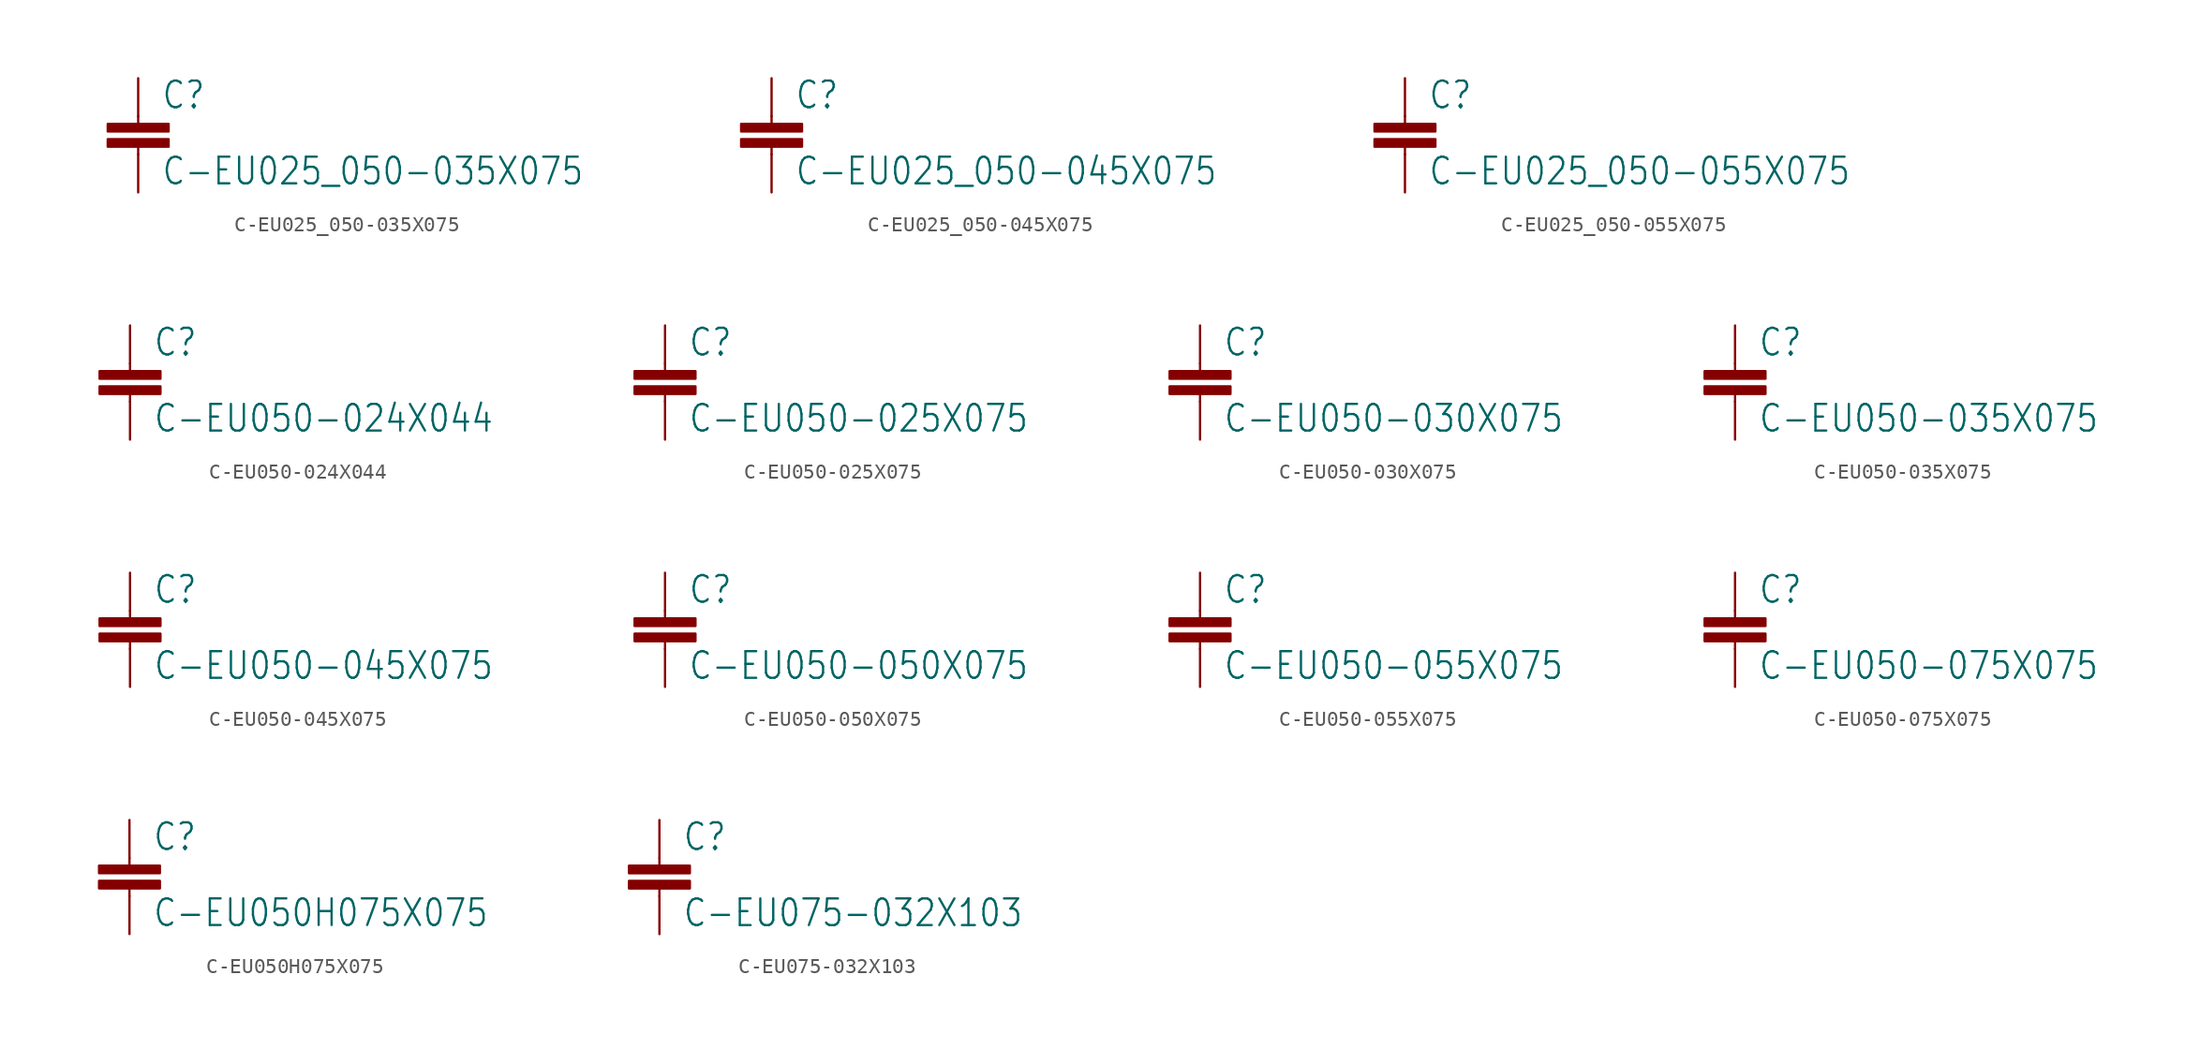
<source format=kicad_sym>
(kicad_symbol_lib
  (version 20220331)
  (generator kicad_symbol_editor)
  (symbol "C-EU025_050-035X075"
    (property "Reference" "C"
      (at 1.524 0.381 0)
      (effects (font (size 1.778 1.511)) (justify left bottom)))
    (property "Value" "C-EU025_050-035X075"
      (at 1.524 -4.699 0)
      (effects (font (size 1.778 1.511)) (justify left bottom)))
    (property "ki_locked" ""
      (at 0 0 0)
      (effects (font (size 1.27 1.27))))
    (symbol "C-EU025_050-035X075_1_0"
      (rectangle (start -2.032 -2.032) (end 2.032 -1.524) (stroke (width 0) (type default)) (fill (type outline)))
      (rectangle (start -2.032 -1.016) (end 2.032 -0.508) (stroke (width 0) (type default)) (fill (type outline)))
      (polyline (pts (xy 0 -2.54) (xy 0 -2.032)) (stroke (width 0.152) (type solid)) (fill (type none)))
      (polyline (pts (xy 0 0) (xy 0 -0.508)) (stroke (width 0.152) (type solid)) (fill (type none)))
      (pin passive line (at 0 2.54 270) (length 2.54) (name "1" (effects (font (size 0 0)))) (number "1" (effects (font (size 0 0)))))
      (pin passive line (at 0 -5.08 90) (length 2.54) (name "2" (effects (font (size 0 0)))) (number "2" (effects (font (size 0 0)))))))
  (symbol "C-EU025_050-045X075"
    (property "Reference" "C"
      (at 1.524 0.381 0)
      (effects (font (size 1.778 1.511)) (justify left bottom)))
    (property "Value" "C-EU025_050-045X075"
      (at 1.524 -4.699 0)
      (effects (font (size 1.778 1.511)) (justify left bottom)))
    (property "ki_locked" ""
      (at 0 0 0)
      (effects (font (size 1.27 1.27))))
    (symbol "C-EU025_050-045X075_1_0"
      (rectangle (start -2.032 -2.032) (end 2.032 -1.524) (stroke (width 0) (type default)) (fill (type outline)))
      (rectangle (start -2.032 -1.016) (end 2.032 -0.508) (stroke (width 0) (type default)) (fill (type outline)))
      (polyline (pts (xy 0 -2.54) (xy 0 -2.032)) (stroke (width 0.152) (type solid)) (fill (type none)))
      (polyline (pts (xy 0 0) (xy 0 -0.508)) (stroke (width 0.152) (type solid)) (fill (type none)))
      (pin passive line (at 0 2.54 270) (length 2.54) (name "1" (effects (font (size 0 0)))) (number "1" (effects (font (size 0 0)))))
      (pin passive line (at 0 -5.08 90) (length 2.54) (name "2" (effects (font (size 0 0)))) (number "2" (effects (font (size 0 0)))))))
  (symbol "C-EU025_050-055X075"
    (property "Reference" "C"
      (at 1.524 0.381 0)
      (effects (font (size 1.778 1.511)) (justify left bottom)))
    (property "Value" "C-EU025_050-055X075"
      (at 1.524 -4.699 0)
      (effects (font (size 1.778 1.511)) (justify left bottom)))
    (property "ki_locked" ""
      (at 0 0 0)
      (effects (font (size 1.27 1.27))))
    (symbol "C-EU025_050-055X075_1_0"
      (rectangle (start -2.032 -2.032) (end 2.032 -1.524) (stroke (width 0) (type default)) (fill (type outline)))
      (rectangle (start -2.032 -1.016) (end 2.032 -0.508) (stroke (width 0) (type default)) (fill (type outline)))
      (polyline (pts (xy 0 -2.54) (xy 0 -2.032)) (stroke (width 0.152) (type solid)) (fill (type none)))
      (polyline (pts (xy 0 0) (xy 0 -0.508)) (stroke (width 0.152) (type solid)) (fill (type none)))
      (pin passive line (at 0 2.54 270) (length 2.54) (name "1" (effects (font (size 0 0)))) (number "1" (effects (font (size 0 0)))))
      (pin passive line (at 0 -5.08 90) (length 2.54) (name "2" (effects (font (size 0 0)))) (number "2" (effects (font (size 0 0)))))))
  (symbol "C-EU050-024X044"
    (property "Reference" "C"
      (at 1.524 0.381 0)
      (effects (font (size 1.778 1.511)) (justify left bottom)))
    (property "Value" "C-EU050-024X044"
      (at 1.524 -4.699 0)
      (effects (font (size 1.778 1.511)) (justify left bottom)))
    (property "ki_locked" ""
      (at 0 0 0)
      (effects (font (size 1.27 1.27))))
    (symbol "C-EU050-024X044_1_0"
      (rectangle (start -2.032 -2.032) (end 2.032 -1.524) (stroke (width 0) (type default)) (fill (type outline)))
      (rectangle (start -2.032 -1.016) (end 2.032 -0.508) (stroke (width 0) (type default)) (fill (type outline)))
      (polyline (pts (xy 0 -2.54) (xy 0 -2.032)) (stroke (width 0.152) (type solid)) (fill (type none)))
      (polyline (pts (xy 0 0) (xy 0 -0.508)) (stroke (width 0.152) (type solid)) (fill (type none)))
      (pin passive line (at 0 2.54 270) (length 2.54) (name "1" (effects (font (size 0 0)))) (number "1" (effects (font (size 0 0)))))
      (pin passive line (at 0 -5.08 90) (length 2.54) (name "2" (effects (font (size 0 0)))) (number "2" (effects (font (size 0 0)))))))
  (symbol "C-EU050-025X075"
    (property "Reference" "C"
      (at 1.524 0.381 0)
      (effects (font (size 1.778 1.511)) (justify left bottom)))
    (property "Value" "C-EU050-025X075"
      (at 1.524 -4.699 0)
      (effects (font (size 1.778 1.511)) (justify left bottom)))
    (property "ki_locked" ""
      (at 0 0 0)
      (effects (font (size 1.27 1.27))))
    (symbol "C-EU050-025X075_1_0"
      (rectangle (start -2.032 -2.032) (end 2.032 -1.524) (stroke (width 0) (type default)) (fill (type outline)))
      (rectangle (start -2.032 -1.016) (end 2.032 -0.508) (stroke (width 0) (type default)) (fill (type outline)))
      (polyline (pts (xy 0 -2.54) (xy 0 -2.032)) (stroke (width 0.152) (type solid)) (fill (type none)))
      (polyline (pts (xy 0 0) (xy 0 -0.508)) (stroke (width 0.152) (type solid)) (fill (type none)))
      (pin passive line (at 0 2.54 270) (length 2.54) (name "1" (effects (font (size 0 0)))) (number "1" (effects (font (size 0 0)))))
      (pin passive line (at 0 -5.08 90) (length 2.54) (name "2" (effects (font (size 0 0)))) (number "2" (effects (font (size 0 0)))))))
  (symbol "C-EU050-030X075"
    (property "Reference" "C"
      (at 1.524 0.381 0)
      (effects (font (size 1.778 1.511)) (justify left bottom)))
    (property "Value" "C-EU050-030X075"
      (at 1.524 -4.699 0)
      (effects (font (size 1.778 1.511)) (justify left bottom)))
    (property "ki_locked" ""
      (at 0 0 0)
      (effects (font (size 1.27 1.27))))
    (symbol "C-EU050-030X075_1_0"
      (rectangle (start -2.032 -2.032) (end 2.032 -1.524) (stroke (width 0) (type default)) (fill (type outline)))
      (rectangle (start -2.032 -1.016) (end 2.032 -0.508) (stroke (width 0) (type default)) (fill (type outline)))
      (polyline (pts (xy 0 -2.54) (xy 0 -2.032)) (stroke (width 0.152) (type solid)) (fill (type none)))
      (polyline (pts (xy 0 0) (xy 0 -0.508)) (stroke (width 0.152) (type solid)) (fill (type none)))
      (pin passive line (at 0 2.54 270) (length 2.54) (name "1" (effects (font (size 0 0)))) (number "1" (effects (font (size 0 0)))))
      (pin passive line (at 0 -5.08 90) (length 2.54) (name "2" (effects (font (size 0 0)))) (number "2" (effects (font (size 0 0)))))))
  (symbol "C-EU050-035X075"
    (property "Reference" "C"
      (at 1.524 0.381 0)
      (effects (font (size 1.778 1.511)) (justify left bottom)))
    (property "Value" "C-EU050-035X075"
      (at 1.524 -4.699 0)
      (effects (font (size 1.778 1.511)) (justify left bottom)))
    (property "ki_locked" ""
      (at 0 0 0)
      (effects (font (size 1.27 1.27))))
    (symbol "C-EU050-035X075_1_0"
      (rectangle (start -2.032 -2.032) (end 2.032 -1.524) (stroke (width 0) (type default)) (fill (type outline)))
      (rectangle (start -2.032 -1.016) (end 2.032 -0.508) (stroke (width 0) (type default)) (fill (type outline)))
      (polyline (pts (xy 0 -2.54) (xy 0 -2.032)) (stroke (width 0.152) (type solid)) (fill (type none)))
      (polyline (pts (xy 0 0) (xy 0 -0.508)) (stroke (width 0.152) (type solid)) (fill (type none)))
      (pin passive line (at 0 2.54 270) (length 2.54) (name "1" (effects (font (size 0 0)))) (number "1" (effects (font (size 0 0)))))
      (pin passive line (at 0 -5.08 90) (length 2.54) (name "2" (effects (font (size 0 0)))) (number "2" (effects (font (size 0 0)))))))
  (symbol "C-EU050-045X075"
    (property "Reference" "C"
      (at 1.524 0.381 0)
      (effects (font (size 1.778 1.511)) (justify left bottom)))
    (property "Value" "C-EU050-045X075"
      (at 1.524 -4.699 0)
      (effects (font (size 1.778 1.511)) (justify left bottom)))
    (property "ki_locked" ""
      (at 0 0 0)
      (effects (font (size 1.27 1.27))))
    (symbol "C-EU050-045X075_1_0"
      (rectangle (start -2.032 -2.032) (end 2.032 -1.524) (stroke (width 0) (type default)) (fill (type outline)))
      (rectangle (start -2.032 -1.016) (end 2.032 -0.508) (stroke (width 0) (type default)) (fill (type outline)))
      (polyline (pts (xy 0 -2.54) (xy 0 -2.032)) (stroke (width 0.152) (type solid)) (fill (type none)))
      (polyline (pts (xy 0 0) (xy 0 -0.508)) (stroke (width 0.152) (type solid)) (fill (type none)))
      (pin passive line (at 0 2.54 270) (length 2.54) (name "1" (effects (font (size 0 0)))) (number "1" (effects (font (size 0 0)))))
      (pin passive line (at 0 -5.08 90) (length 2.54) (name "2" (effects (font (size 0 0)))) (number "2" (effects (font (size 0 0)))))))
  (symbol "C-EU050-050X075"
    (property "Reference" "C"
      (at 1.524 0.381 0)
      (effects (font (size 1.778 1.511)) (justify left bottom)))
    (property "Value" "C-EU050-050X075"
      (at 1.524 -4.699 0)
      (effects (font (size 1.778 1.511)) (justify left bottom)))
    (property "ki_locked" ""
      (at 0 0 0)
      (effects (font (size 1.27 1.27))))
    (symbol "C-EU050-050X075_1_0"
      (rectangle (start -2.032 -2.032) (end 2.032 -1.524) (stroke (width 0) (type default)) (fill (type outline)))
      (rectangle (start -2.032 -1.016) (end 2.032 -0.508) (stroke (width 0) (type default)) (fill (type outline)))
      (polyline (pts (xy 0 -2.54) (xy 0 -2.032)) (stroke (width 0.152) (type solid)) (fill (type none)))
      (polyline (pts (xy 0 0) (xy 0 -0.508)) (stroke (width 0.152) (type solid)) (fill (type none)))
      (pin passive line (at 0 2.54 270) (length 2.54) (name "1" (effects (font (size 0 0)))) (number "1" (effects (font (size 0 0)))))
      (pin passive line (at 0 -5.08 90) (length 2.54) (name "2" (effects (font (size 0 0)))) (number "2" (effects (font (size 0 0)))))))
  (symbol "C-EU050-055X075"
    (property "Reference" "C"
      (at 1.524 0.381 0)
      (effects (font (size 1.778 1.511)) (justify left bottom)))
    (property "Value" "C-EU050-055X075"
      (at 1.524 -4.699 0)
      (effects (font (size 1.778 1.511)) (justify left bottom)))
    (property "ki_locked" ""
      (at 0 0 0)
      (effects (font (size 1.27 1.27))))
    (symbol "C-EU050-055X075_1_0"
      (rectangle (start -2.032 -2.032) (end 2.032 -1.524) (stroke (width 0) (type default)) (fill (type outline)))
      (rectangle (start -2.032 -1.016) (end 2.032 -0.508) (stroke (width 0) (type default)) (fill (type outline)))
      (polyline (pts (xy 0 -2.54) (xy 0 -2.032)) (stroke (width 0.152) (type solid)) (fill (type none)))
      (polyline (pts (xy 0 0) (xy 0 -0.508)) (stroke (width 0.152) (type solid)) (fill (type none)))
      (pin passive line (at 0 2.54 270) (length 2.54) (name "1" (effects (font (size 0 0)))) (number "1" (effects (font (size 0 0)))))
      (pin passive line (at 0 -5.08 90) (length 2.54) (name "2" (effects (font (size 0 0)))) (number "2" (effects (font (size 0 0)))))))
  (symbol "C-EU050-075X075"
    (property "Reference" "C"
      (at 1.524 0.381 0)
      (effects (font (size 1.778 1.511)) (justify left bottom)))
    (property "Value" "C-EU050-075X075"
      (at 1.524 -4.699 0)
      (effects (font (size 1.778 1.511)) (justify left bottom)))
    (property "ki_locked" ""
      (at 0 0 0)
      (effects (font (size 1.27 1.27))))
    (symbol "C-EU050-075X075_1_0"
      (rectangle (start -2.032 -2.032) (end 2.032 -1.524) (stroke (width 0) (type default)) (fill (type outline)))
      (rectangle (start -2.032 -1.016) (end 2.032 -0.508) (stroke (width 0) (type default)) (fill (type outline)))
      (polyline (pts (xy 0 -2.54) (xy 0 -2.032)) (stroke (width 0.152) (type solid)) (fill (type none)))
      (polyline (pts (xy 0 0) (xy 0 -0.508)) (stroke (width 0.152) (type solid)) (fill (type none)))
      (pin passive line (at 0 2.54 270) (length 2.54) (name "1" (effects (font (size 0 0)))) (number "1" (effects (font (size 0 0)))))
      (pin passive line (at 0 -5.08 90) (length 2.54) (name "2" (effects (font (size 0 0)))) (number "2" (effects (font (size 0 0)))))))
  (symbol "C-EU050H075X075"
    (property "Reference" "C"
      (at 1.524 0.381 0)
      (effects (font (size 1.778 1.511)) (justify left bottom)))
    (property "Value" "C-EU050H075X075"
      (at 1.524 -4.699 0)
      (effects (font (size 1.778 1.511)) (justify left bottom)))
    (property "ki_locked" ""
      (at 0 0 0)
      (effects (font (size 1.27 1.27))))
    (symbol "C-EU050H075X075_1_0"
      (rectangle (start -2.032 -2.032) (end 2.032 -1.524) (stroke (width 0) (type default)) (fill (type outline)))
      (rectangle (start -2.032 -1.016) (end 2.032 -0.508) (stroke (width 0) (type default)) (fill (type outline)))
      (polyline (pts (xy 0 -2.54) (xy 0 -2.032)) (stroke (width 0.152) (type solid)) (fill (type none)))
      (polyline (pts (xy 0 0) (xy 0 -0.508)) (stroke (width 0.152) (type solid)) (fill (type none)))
      (pin passive line (at 0 2.54 270) (length 2.54) (name "1" (effects (font (size 0 0)))) (number "1" (effects (font (size 0 0)))))
      (pin passive line (at 0 -5.08 90) (length 2.54) (name "2" (effects (font (size 0 0)))) (number "2" (effects (font (size 0 0)))))))
  (symbol "C-EU075-032X103"
    (property "Reference" "C"
      (at 1.524 0.381 0)
      (effects (font (size 1.778 1.511)) (justify left bottom)))
    (property "Value" "C-EU075-032X103"
      (at 1.524 -4.699 0)
      (effects (font (size 1.778 1.511)) (justify left bottom)))
    (property "ki_locked" ""
      (at 0 0 0)
      (effects (font (size 1.27 1.27))))
    (symbol "C-EU075-032X103_1_0"
      (rectangle (start -2.032 -2.032) (end 2.032 -1.524) (stroke (width 0) (type default)) (fill (type outline)))
      (rectangle (start -2.032 -1.016) (end 2.032 -0.508) (stroke (width 0) (type default)) (fill (type outline)))
      (polyline (pts (xy 0 -2.54) (xy 0 -2.032)) (stroke (width 0.152) (type solid)) (fill (type none)))
      (polyline (pts (xy 0 0) (xy 0 -0.508)) (stroke (width 0.152) (type solid)) (fill (type none)))
      (pin passive line (at 0 2.54 270) (length 2.54) (name "1" (effects (font (size 0 0)))) (number "1" (effects (font (size 0 0)))))
      (pin passive line (at 0 -5.08 90) (length 2.54) (name "2" (effects (font (size 0 0)))) (number "2" (effects (font (size 0 0))))))))
</source>
